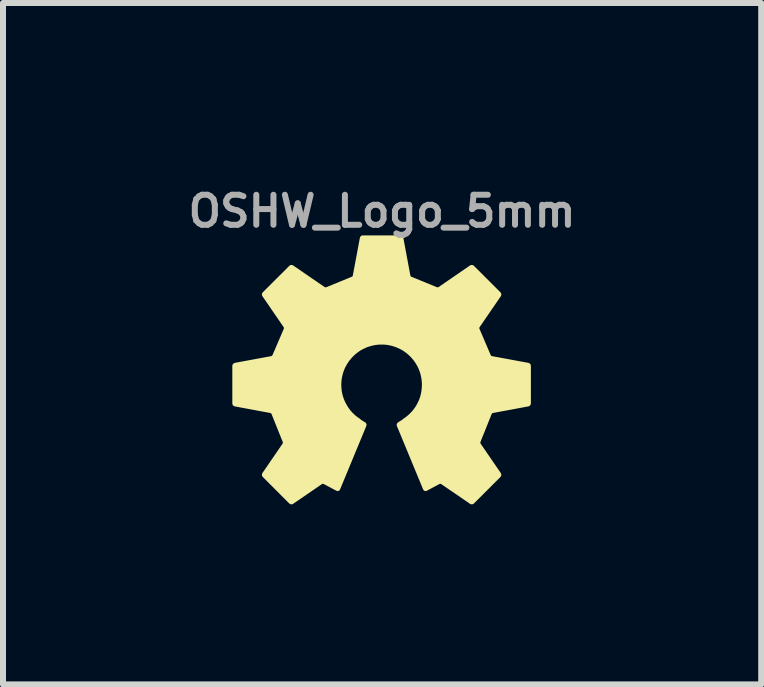
<source format=kicad_pcb>
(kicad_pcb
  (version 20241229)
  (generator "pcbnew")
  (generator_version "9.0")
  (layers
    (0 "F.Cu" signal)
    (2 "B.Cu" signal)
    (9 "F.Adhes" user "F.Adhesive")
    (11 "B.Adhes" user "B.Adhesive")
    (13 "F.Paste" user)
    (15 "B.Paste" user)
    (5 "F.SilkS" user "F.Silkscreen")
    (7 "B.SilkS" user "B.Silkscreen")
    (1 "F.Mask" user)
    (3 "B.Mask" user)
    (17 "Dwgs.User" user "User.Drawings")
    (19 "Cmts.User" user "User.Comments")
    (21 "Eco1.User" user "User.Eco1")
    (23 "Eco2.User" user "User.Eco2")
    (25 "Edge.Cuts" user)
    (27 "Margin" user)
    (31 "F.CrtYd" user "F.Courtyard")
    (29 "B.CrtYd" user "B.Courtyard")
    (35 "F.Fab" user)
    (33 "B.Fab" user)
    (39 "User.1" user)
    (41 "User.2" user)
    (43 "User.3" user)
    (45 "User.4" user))
  (footprint "OSHW_Logo_5mm"
    (layer "F.Cu")
    (at 3.314 3.368)
    (property "Reference" "OSHW_Logo_5mm" (at 0 -2.9 0) (layer "F.Fab") (effects (font (size 0.5 0.5) (thickness 0.1))))
    (fp_poly (pts (xy 0.305 -2.479) (xy 0.307 -2.479) (xy 0.308 -2.479) (xy 0.31 -2.479) (xy 0.311 -2.478) (xy 0.312 -2.478) (xy 0.314 -2.478) (xy 0.315 -2.477) (xy 0.316 -2.477) (xy 0.318 -2.476) (xy 0.319 -2.475) (xy 0.32 -2.475) (xy 0.321 -2.474) (xy 0.323 -2.473) (xy 0.324 -2.472) (xy 0.325 -2.471) (xy 0.326 -2.47) (xy 0.327 -2.469) (xy 0.328 -2.468) (xy 0.329 -2.467) (xy 0.33 -2.466) (xy 0.331 -2.465) (xy 0.332 -2.464) (xy 0.332 -2.463) (xy 0.333 -2.462) (xy 0.334 -2.46) (xy 0.334 -2.459) (xy 0.335 -2.458) (xy 0.335 -2.456) (xy 0.336 -2.455) (xy 0.336 -2.454) (xy 0.336 -2.452) (xy 0.453 -1.826) (xy 0.453 -1.824) (xy 0.454 -1.823) (xy 0.455 -1.82) (xy 0.456 -1.817) (xy 0.457 -1.814) (xy 0.459 -1.812) (xy 0.46 -1.809) (xy 0.462 -1.806) (xy 0.464 -1.804) (xy 0.466 -1.802) (xy 0.469 -1.799) (xy 0.471 -1.797) (xy 0.474 -1.795) (xy 0.476 -1.794) (xy 0.479 -1.792) (xy 0.48 -1.792) (xy 0.481 -1.791) (xy 0.483 -1.791) (xy 0.484 -1.79) (xy 0.904 -1.618) (xy 0.907 -1.617) (xy 0.91 -1.616) (xy 0.912 -1.615) (xy 0.915 -1.615) (xy 0.919 -1.614) (xy 0.922 -1.614) (xy 0.925 -1.614) (xy 0.928 -1.614) (xy 0.931 -1.614) (xy 0.934 -1.615) (xy 0.938 -1.616) (xy 0.941 -1.616) (xy 0.943 -1.617) (xy 0.946 -1.619) (xy 0.949 -1.62) (xy 0.951 -1.621) (xy 1.475 -1.981) (xy 1.476 -1.982) (xy 1.477 -1.982) (xy 1.479 -1.983) (xy 1.48 -1.984) (xy 1.481 -1.984) (xy 1.483 -1.985) (xy 1.484 -1.985) (xy 1.485 -1.985) (xy 1.487 -1.986) (xy 1.488 -1.986) (xy 1.491 -1.986) (xy 1.494 -1.986) (xy 1.497 -1.986) (xy 1.499 -1.986) (xy 1.502 -1.985) (xy 1.505 -1.984) (xy 1.506 -1.984) (xy 1.508 -1.983) (xy 1.509 -1.983) (xy 1.51 -1.982) (xy 1.511 -1.981) (xy 1.512 -1.981) (xy 1.514 -1.98) (xy 1.515 -1.979) (xy 1.516 -1.978) (xy 1.517 -1.977) (xy 1.958 -1.536) (xy 1.959 -1.535) (xy 1.96 -1.534) (xy 1.961 -1.533) (xy 1.961 -1.532) (xy 1.962 -1.53) (xy 1.963 -1.529) (xy 1.964 -1.527) (xy 1.965 -1.524) (xy 1.966 -1.521) (xy 1.967 -1.518) (xy 1.967 -1.516) (xy 1.967 -1.513) (xy 1.967 -1.51) (xy 1.967 -1.507) (xy 1.966 -1.504) (xy 1.965 -1.502) (xy 1.965 -1.5) (xy 1.964 -1.499) (xy 1.964 -1.498) (xy 1.963 -1.496) (xy 1.963 -1.495) (xy 1.962 -1.494) (xy 1.609 -0.979) (xy 1.607 -0.977) (xy 1.606 -0.974) (xy 1.605 -0.972) (xy 1.604 -0.969) (xy 1.603 -0.966) (xy 1.602 -0.963) (xy 1.602 -0.959) (xy 1.601 -0.956) (xy 1.601 -0.953) (xy 1.601 -0.95) (xy 1.602 -0.947) (xy 1.602 -0.944) (xy 1.603 -0.941) (xy 1.603 -0.938) (xy 1.604 -0.935) (xy 1.606 -0.932) (xy 1.791 -0.499) (xy 1.793 -0.496) (xy 1.794 -0.494) (xy 1.795 -0.491) (xy 1.797 -0.489) (xy 1.799 -0.486) (xy 1.801 -0.484) (xy 1.803 -0.481) (xy 1.806 -0.479) (xy 1.808 -0.477) (xy 1.811 -0.475) (xy 1.813 -0.474) (xy 1.816 -0.472) (xy 1.819 -0.471) (xy 1.822 -0.47) (xy 1.825 -0.469) (xy 1.827 -0.468) (xy 2.433 -0.356) (xy 2.433 -0.356) (xy 2.435 -0.355) (xy 2.436 -0.355) (xy 2.437 -0.354) (xy 2.439 -0.354) (xy 2.44 -0.353) (xy 2.441 -0.353) (xy 2.443 -0.352) (xy 2.444 -0.351) (xy 2.446 -0.35) (xy 2.448 -0.348) (xy 2.45 -0.346) (xy 2.452 -0.344) (xy 2.454 -0.342) (xy 2.456 -0.339) (xy 2.457 -0.337) (xy 2.458 -0.335) (xy 2.458 -0.334) (xy 2.459 -0.333) (xy 2.459 -0.331) (xy 2.459 -0.33) (xy 2.46 -0.329) (xy 2.46 -0.327) (xy 2.46 -0.326) (xy 2.46 -0.325) (xy 2.46 -0.323) (xy 2.46 0.301) (xy 2.46 0.302) (xy 2.46 0.303) (xy 2.46 0.305) (xy 2.46 0.306) (xy 2.459 0.308) (xy 2.459 0.309) (xy 2.458 0.31) (xy 2.458 0.312) (xy 2.457 0.313) (xy 2.457 0.314) (xy 2.456 0.316) (xy 2.456 0.317) (xy 2.455 0.318) (xy 2.454 0.319) (xy 2.453 0.32) (xy 2.452 0.321) (xy 2.451 0.323) (xy 2.45 0.324) (xy 2.449 0.325) (xy 2.448 0.326) (xy 2.447 0.327) (xy 2.446 0.327) (xy 2.445 0.328) (xy 2.444 0.329) (xy 2.442 0.33) (xy 2.441 0.33) (xy 2.44 0.331) (xy 2.439 0.332) (xy 2.437 0.332) (xy 2.436 0.332) (xy 2.435 0.333) (xy 2.433 0.333) (xy 1.842 0.443) (xy 1.841 0.443) (xy 1.839 0.444) (xy 1.838 0.444) (xy 1.837 0.445) (xy 1.834 0.446) (xy 1.831 0.447) (xy 1.828 0.449) (xy 1.826 0.45) (xy 1.823 0.452) (xy 1.821 0.454) (xy 1.818 0.456) (xy 1.816 0.459) (xy 1.814 0.461) (xy 1.812 0.464) (xy 1.811 0.466) (xy 1.809 0.469) (xy 1.808 0.471) (xy 1.807 0.473) (xy 1.807 0.474) (xy 1.622 0.935) (xy 1.621 0.938) (xy 1.62 0.941) (xy 1.62 0.943) (xy 1.619 0.946) (xy 1.619 0.95) (xy 1.618 0.953) (xy 1.618 0.956) (xy 1.619 0.959) (xy 1.619 0.962) (xy 1.619 0.965) (xy 1.62 0.969) (xy 1.621 0.972) (xy 1.622 0.974) (xy 1.623 0.977) (xy 1.624 0.98) (xy 1.626 0.982) (xy 1.962 1.472) (xy 1.963 1.473) (xy 1.963 1.474) (xy 1.964 1.475) (xy 1.964 1.477) (xy 1.965 1.478) (xy 1.965 1.479) (xy 1.966 1.481) (xy 1.966 1.482) (xy 1.967 1.483) (xy 1.967 1.485) (xy 1.967 1.488) (xy 1.967 1.49) (xy 1.967 1.493) (xy 1.967 1.496) (xy 1.966 1.499) (xy 1.965 1.502) (xy 1.965 1.503) (xy 1.964 1.504) (xy 1.964 1.506) (xy 1.963 1.507) (xy 1.962 1.508) (xy 1.961 1.509) (xy 1.961 1.51) (xy 1.96 1.511) (xy 1.959 1.513) (xy 1.958 1.514) (xy 1.517 1.955) (xy 1.516 1.956) (xy 1.515 1.956) (xy 1.514 1.957) (xy 1.512 1.958) (xy 1.511 1.959) (xy 1.51 1.96) (xy 1.507 1.961) (xy 1.505 1.962) (xy 1.502 1.963) (xy 1.499 1.963) (xy 1.497 1.964) (xy 1.494 1.964) (xy 1.491 1.964) (xy 1.488 1.963) (xy 1.485 1.963) (xy 1.482 1.962) (xy 1.481 1.962) (xy 1.48 1.961) (xy 1.479 1.961) (xy 1.477 1.96) (xy 1.476 1.959) (xy 1.475 1.958) (xy 0.994 1.629) (xy 0.992 1.627) (xy 0.989 1.626) (xy 0.986 1.625) (xy 0.984 1.624) (xy 0.981 1.623) (xy 0.978 1.622) (xy 0.974 1.622) (xy 0.971 1.622) (xy 0.968 1.622) (xy 0.965 1.622) (xy 0.962 1.622) (xy 0.959 1.623) (xy 0.956 1.624) (xy 0.953 1.624) (xy 0.951 1.626) (xy 0.948 1.627) (xy 0.736 1.74) (xy 0.735 1.741) (xy 0.734 1.741) (xy 0.732 1.742) (xy 0.731 1.742) (xy 0.73 1.742) (xy 0.728 1.743) (xy 0.727 1.743) (xy 0.726 1.743) (xy 0.725 1.743) (xy 0.723 1.743) (xy 0.722 1.743) (xy 0.721 1.743) (xy 0.719 1.742) (xy 0.718 1.742) (xy 0.717 1.742) (xy 0.716 1.741) (xy 0.715 1.741) (xy 0.713 1.74) (xy 0.712 1.74) (xy 0.711 1.739) (xy 0.71 1.739) (xy 0.709 1.738) (xy 0.708 1.737) (xy 0.707 1.736) (xy 0.706 1.735) (xy 0.705 1.734) (xy 0.705 1.733) (xy 0.704 1.732) (xy 0.703 1.731) (xy 0.702 1.73) (xy 0.702 1.729) (xy 0.701 1.727) (xy 0.264 0.671) (xy 0.264 0.67) (xy 0.263 0.668) (xy 0.263 0.667) (xy 0.263 0.666) (xy 0.262 0.664) (xy 0.262 0.663) (xy 0.262 0.662) (xy 0.262 0.66) (xy 0.262 0.659) (xy 0.262 0.657) (xy 0.262 0.656) (xy 0.262 0.655) (xy 0.263 0.653) (xy 0.263 0.652) (xy 0.263 0.65) (xy 0.264 0.649) (xy 0.264 0.648) (xy 0.265 0.646) (xy 0.265 0.645) (xy 0.266 0.644) (xy 0.267 0.643) (xy 0.267 0.641) (xy 0.268 0.64) (xy 0.269 0.639) (xy 0.27 0.638) (xy 0.271 0.637) (xy 0.272 0.636) (xy 0.273 0.635) (xy 0.274 0.634) (xy 0.275 0.633) (xy 0.276 0.632) (xy 0.277 0.632) (xy 0.33 0.599) (xy 0.334 0.597) (xy 0.338 0.594) (xy 0.342 0.591) (xy 0.347 0.588) (xy 0.351 0.584) (xy 0.355 0.581) (xy 0.36 0.577) (xy 0.364 0.573) (xy 0.399 0.549) (xy 0.432 0.523) (xy 0.464 0.495) (xy 0.494 0.465) (xy 0.522 0.434) (xy 0.548 0.4) (xy 0.573 0.365) (xy 0.595 0.328) (xy 0.614 0.29) (xy 0.632 0.251) (xy 0.647 0.211) (xy 0.659 0.169) (xy 0.669 0.126) (xy 0.676 0.082) (xy 0.68 0.038) (xy 0.682 -0.008) (xy 0.681 -0.043) (xy 0.678 -0.078) (xy 0.674 -0.113) (xy 0.668 -0.147) (xy 0.66 -0.18) (xy 0.651 -0.213) (xy 0.64 -0.245) (xy 0.628 -0.276) (xy 0.614 -0.307) (xy 0.599 -0.336) (xy 0.582 -0.365) (xy 0.564 -0.393) (xy 0.545 -0.42) (xy 0.524 -0.446) (xy 0.503 -0.471) (xy 0.48 -0.495) (xy 0.456 -0.518) (xy 0.431 -0.54) (xy 0.405 -0.56) (xy 0.378 -0.58) (xy 0.35 -0.598) (xy 0.321 -0.614) (xy 0.291 -0.629) (xy 0.261 -0.643) (xy 0.229 -0.656) (xy 0.197 -0.666) (xy 0.165 -0.676) (xy 0.131 -0.683) (xy 0.097 -0.69) (xy 0.063 -0.694) (xy 0.028 -0.697) (xy -0.008 -0.697) (xy -0.043 -0.697) (xy -0.078 -0.694) (xy -0.113 -0.69) (xy -0.147 -0.683) (xy -0.18 -0.676) (xy -0.213 -0.666) (xy -0.245 -0.656) (xy -0.276 -0.643) (xy -0.307 -0.629) (xy -0.337 -0.614) (xy -0.366 -0.598) (xy -0.394 -0.58) (xy -0.421 -0.56) (xy -0.447 -0.54) (xy -0.472 -0.518) (xy -0.496 -0.495) (xy -0.519 -0.471) (xy -0.54 -0.446) (xy -0.561 -0.42) (xy -0.58 -0.393) (xy -0.598 -0.365) (xy -0.614 -0.336) (xy -0.63 -0.307) (xy -0.644 -0.276) (xy -0.656 -0.245) (xy -0.667 -0.213) (xy -0.676 -0.18) (xy -0.684 -0.147) (xy -0.69 -0.113) (xy -0.694 -0.078) (xy -0.697 -0.043) (xy -0.698 -0.008) (xy -0.697 0.015) (xy -0.696 0.038) (xy -0.694 0.06) (xy -0.692 0.082) (xy -0.689 0.104) (xy -0.685 0.126) (xy -0.68 0.148) (xy -0.675 0.169) (xy -0.669 0.19) (xy -0.662 0.211) (xy -0.655 0.231) (xy -0.647 0.251) (xy -0.639 0.271) (xy -0.63 0.29) (xy -0.61 0.328) (xy -0.588 0.365) (xy -0.564 0.4) (xy -0.538 0.434) (xy -0.51 0.465) (xy -0.48 0.495) (xy -0.448 0.523) (xy -0.414 0.549) (xy -0.379 0.573) (xy -0.375 0.577) (xy -0.371 0.581) (xy -0.367 0.584) (xy -0.362 0.588) (xy -0.358 0.591) (xy -0.354 0.594) (xy -0.35 0.597) (xy -0.346 0.599) (xy -0.293 0.632) (xy -0.292 0.632) (xy -0.29 0.633) (xy -0.289 0.634) (xy -0.288 0.635) (xy -0.287 0.636) (xy -0.286 0.637) (xy -0.285 0.639) (xy -0.283 0.641) (xy -0.282 0.644) (xy -0.28 0.646) (xy -0.279 0.649) (xy -0.279 0.652) (xy -0.278 0.655) (xy -0.278 0.657) (xy -0.278 0.66) (xy -0.278 0.663) (xy -0.278 0.664) (xy -0.278 0.666) (xy -0.279 0.667) (xy -0.279 0.668) (xy -0.279 0.67) (xy -0.28 0.671) (xy -0.717 1.727) (xy -0.718 1.729) (xy -0.718 1.73) (xy -0.719 1.731) (xy -0.72 1.732) (xy -0.72 1.733) (xy -0.721 1.734) (xy -0.722 1.735) (xy -0.723 1.736) (xy -0.724 1.737) (xy -0.725 1.738) (xy -0.726 1.739) (xy -0.727 1.739) (xy -0.728 1.74) (xy -0.729 1.74) (xy -0.73 1.741) (xy -0.732 1.741) (xy -0.733 1.742) (xy -0.734 1.742) (xy -0.735 1.742) (xy -0.736 1.743) (xy -0.738 1.743) (xy -0.739 1.743) (xy -0.74 1.743) (xy -0.742 1.743) (xy -0.743 1.743) (xy -0.744 1.743) (xy -0.745 1.742) (xy -0.747 1.742) (xy -0.748 1.742) (xy -0.749 1.741) (xy -0.751 1.741) (xy -0.752 1.74) (xy -0.964 1.627) (xy -0.966 1.626) (xy -0.969 1.624) (xy -0.972 1.624) (xy -0.975 1.623) (xy -0.978 1.622) (xy -0.981 1.622) (xy -0.984 1.622) (xy -0.987 1.622) (xy -0.99 1.622) (xy -0.993 1.622) (xy -0.996 1.623) (xy -0.999 1.624) (xy -1.002 1.625) (xy -1.005 1.626) (xy -1.008 1.627) (xy -1.01 1.628) (xy -1.491 1.958) (xy -1.492 1.959) (xy -1.493 1.96) (xy -1.494 1.961) (xy -1.496 1.961) (xy -1.497 1.962) (xy -1.498 1.962) (xy -1.5 1.963) (xy -1.501 1.963) (xy -1.502 1.963) (xy -1.504 1.963) (xy -1.507 1.964) (xy -1.509 1.964) (xy -1.512 1.964) (xy -1.515 1.963) (xy -1.518 1.963) (xy -1.521 1.962) (xy -1.522 1.961) (xy -1.523 1.961) (xy -1.525 1.96) (xy -1.526 1.96) (xy -1.527 1.959) (xy -1.528 1.958) (xy -1.529 1.957) (xy -1.53 1.956) (xy -1.532 1.956) (xy -1.533 1.955) (xy -1.974 1.513) (xy -1.975 1.512) (xy -1.976 1.511) (xy -1.976 1.51) (xy -1.977 1.509) (xy -1.978 1.508) (xy -1.979 1.507) (xy -1.98 1.504) (xy -1.981 1.502) (xy -1.982 1.499) (xy -1.982 1.496) (xy -1.983 1.493) (xy -1.983 1.49) (xy -1.983 1.487) (xy -1.983 1.485) (xy -1.982 1.482) (xy -1.981 1.479) (xy -1.981 1.478) (xy -1.98 1.476) (xy -1.98 1.475) (xy -1.979 1.474) (xy -1.978 1.473) (xy -1.978 1.472) (xy -1.642 0.982) (xy -1.64 0.98) (xy -1.639 0.977) (xy -1.638 0.974) (xy -1.637 0.972) (xy -1.636 0.969) (xy -1.635 0.965) (xy -1.635 0.962) (xy -1.634 0.959) (xy -1.634 0.956) (xy -1.634 0.953) (xy -1.634 0.95) (xy -1.635 0.946) (xy -1.635 0.943) (xy -1.636 0.941) (xy -1.637 0.938) (xy -1.638 0.935) (xy -1.823 0.474) (xy -1.823 0.473) (xy -1.824 0.471) (xy -1.825 0.469) (xy -1.826 0.466) (xy -1.828 0.464) (xy -1.83 0.461) (xy -1.832 0.459) (xy -1.834 0.456) (xy -1.836 0.454) (xy -1.839 0.452) (xy -1.841 0.45) (xy -1.844 0.449) (xy -1.847 0.447) (xy -1.85 0.446) (xy -1.852 0.445) (xy -1.855 0.444) (xy -1.857 0.443) (xy -1.858 0.443) (xy -2.449 0.333) (xy -2.45 0.333) (xy -2.452 0.332) (xy -2.453 0.332) (xy -2.454 0.331) (xy -2.456 0.331) (xy -2.457 0.33) (xy -2.458 0.33) (xy -2.46 0.329) (xy -2.461 0.328) (xy -2.462 0.327) (xy -2.464 0.326) (xy -2.466 0.324) (xy -2.468 0.321) (xy -2.47 0.319) (xy -2.471 0.317) (xy -2.473 0.314) (xy -2.474 0.312) (xy -2.474 0.31) (xy -2.475 0.309) (xy -2.475 0.308) (xy -2.475 0.306) (xy -2.476 0.305) (xy -2.476 0.303) (xy -2.476 0.302) (xy -2.476 0.301) (xy -2.476 -0.323) (xy -2.476 -0.325) (xy -2.476 -0.326) (xy -2.476 -0.327) (xy -2.475 -0.329) (xy -2.475 -0.33) (xy -2.475 -0.331) (xy -2.474 -0.333) (xy -2.474 -0.334) (xy -2.473 -0.335) (xy -2.473 -0.337) (xy -2.472 -0.338) (xy -2.471 -0.339) (xy -2.471 -0.34) (xy -2.47 -0.342) (xy -2.469 -0.343) (xy -2.468 -0.344) (xy -2.467 -0.345) (xy -2.466 -0.346) (xy -2.465 -0.347) (xy -2.464 -0.348) (xy -2.463 -0.349) (xy -2.462 -0.35) (xy -2.461 -0.351) (xy -2.46 -0.351) (xy -2.458 -0.352) (xy -2.457 -0.353) (xy -2.456 -0.353) (xy -2.455 -0.354) (xy -2.453 -0.354) (xy -2.452 -0.355) (xy -2.45 -0.355) (xy -2.449 -0.356) (xy -1.843 -0.468) (xy -1.842 -0.469) (xy -1.84 -0.469) (xy -1.837 -0.47) (xy -1.835 -0.471) (xy -1.832 -0.472) (xy -1.829 -0.474) (xy -1.827 -0.475) (xy -1.824 -0.477) (xy -1.821 -0.479) (xy -1.819 -0.481) (xy -1.817 -0.484) (xy -1.815 -0.486) (xy -1.813 -0.489) (xy -1.811 -0.491) (xy -1.81 -0.494) (xy -1.808 -0.496) (xy -1.808 -0.498) (xy -1.807 -0.499) (xy -1.621 -0.932) (xy -1.62 -0.935) (xy -1.619 -0.938) (xy -1.618 -0.941) (xy -1.618 -0.944) (xy -1.617 -0.947) (xy -1.617 -0.95) (xy -1.617 -0.953) (xy -1.617 -0.956) (xy -1.617 -0.959) (xy -1.618 -0.963) (xy -1.618 -0.966) (xy -1.619 -0.969) (xy -1.62 -0.972) (xy -1.621 -0.974) (xy -1.623 -0.977) (xy -1.624 -0.979) (xy -1.977 -1.494) (xy -1.978 -1.495) (xy -1.979 -1.496) (xy -1.98 -1.498) (xy -1.98 -1.499) (xy -1.981 -1.5) (xy -1.981 -1.502) (xy -1.982 -1.503) (xy -1.982 -1.504) (xy -1.982 -1.506) (xy -1.982 -1.507) (xy -1.983 -1.51) (xy -1.983 -1.513) (xy -1.983 -1.516) (xy -1.982 -1.518) (xy -1.982 -1.521) (xy -1.981 -1.524) (xy -1.98 -1.525) (xy -1.98 -1.527) (xy -1.979 -1.528) (xy -1.979 -1.529) (xy -1.978 -1.53) (xy -1.977 -1.532) (xy -1.976 -1.533) (xy -1.975 -1.534) (xy -1.975 -1.535) (xy -1.974 -1.536) (xy -1.532 -1.977) (xy -1.531 -1.978) (xy -1.53 -1.979) (xy -1.529 -1.98) (xy -1.528 -1.981) (xy -1.527 -1.981) (xy -1.526 -1.982) (xy -1.523 -1.983) (xy -1.521 -1.984) (xy -1.518 -1.985) (xy -1.515 -1.986) (xy -1.512 -1.986) (xy -1.509 -1.986) (xy -1.507 -1.986) (xy -1.504 -1.986) (xy -1.501 -1.985) (xy -1.498 -1.985) (xy -1.497 -1.984) (xy -1.496 -1.984) (xy -1.494 -1.983) (xy -1.493 -1.982) (xy -1.492 -1.982) (xy -1.491 -1.981) (xy -0.967 -1.621) (xy -0.965 -1.62) (xy -0.962 -1.619) (xy -0.959 -1.617) (xy -0.956 -1.616) (xy -0.953 -1.616) (xy -0.95 -1.615) (xy -0.947 -1.614) (xy -0.944 -1.614) (xy -0.941 -1.614) (xy -0.937 -1.614) (xy -0.934 -1.614) (xy -0.931 -1.615) (xy -0.928 -1.615) (xy -0.925 -1.616) (xy -0.922 -1.617) (xy -0.92 -1.618) (xy -0.5 -1.79) (xy -0.497 -1.791) (xy -0.494 -1.792) (xy -0.492 -1.794) (xy -0.489 -1.795) (xy -0.487 -1.797) (xy -0.484 -1.799) (xy -0.482 -1.802) (xy -0.48 -1.804) (xy -0.478 -1.806) (xy -0.476 -1.809) (xy -0.474 -1.812) (xy -0.473 -1.814) (xy -0.471 -1.817) (xy -0.47 -1.82) (xy -0.469 -1.823) (xy -0.469 -1.826) (xy -0.352 -2.452) (xy -0.352 -2.454) (xy -0.351 -2.455) (xy -0.351 -2.456) (xy -0.35 -2.458) (xy -0.35 -2.459) (xy -0.349 -2.46) (xy -0.349 -2.462) (xy -0.348 -2.463) (xy -0.347 -2.464) (xy -0.346 -2.465) (xy -0.345 -2.467) (xy -0.343 -2.469) (xy -0.341 -2.471) (xy -0.338 -2.473) (xy -0.336 -2.475) (xy -0.333 -2.476) (xy -0.332 -2.477) (xy -0.331 -2.477) (xy -0.329 -2.478) (xy -0.328 -2.478) (xy -0.327 -2.478) (xy -0.325 -2.479) (xy -0.324 -2.479) (xy -0.323 -2.479) (xy -0.321 -2.479) (xy -0.32 -2.479) (xy 0.304 -2.479)) (stroke (width 0.037) (type solid)) (fill yes) (layer "F.SilkS")))
  (gr_rect
    (start -3 -3)
    (end 9.629 8.35)
    (stroke (width 0.1) (type default))
    (fill no)
    (layer "Edge.Cuts")))
</source>
